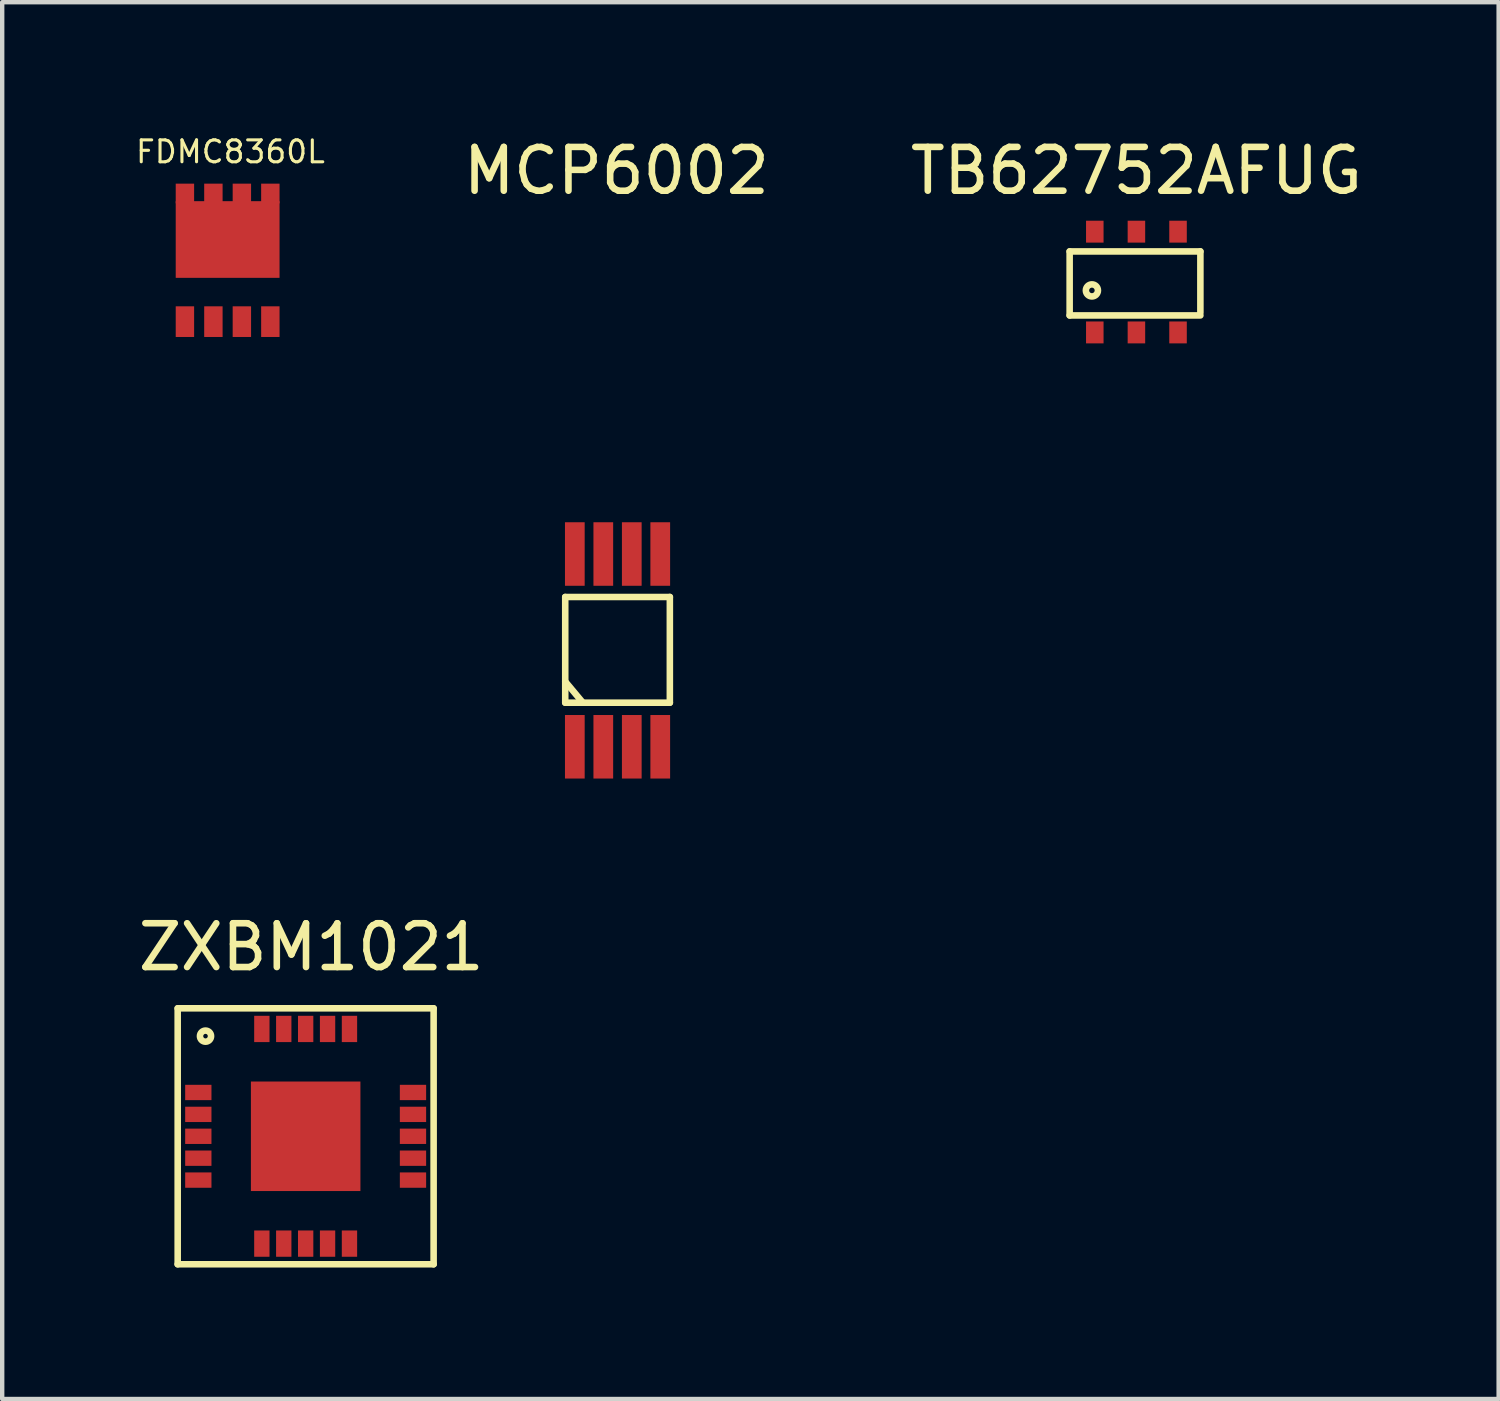
<source format=kicad_pcb>
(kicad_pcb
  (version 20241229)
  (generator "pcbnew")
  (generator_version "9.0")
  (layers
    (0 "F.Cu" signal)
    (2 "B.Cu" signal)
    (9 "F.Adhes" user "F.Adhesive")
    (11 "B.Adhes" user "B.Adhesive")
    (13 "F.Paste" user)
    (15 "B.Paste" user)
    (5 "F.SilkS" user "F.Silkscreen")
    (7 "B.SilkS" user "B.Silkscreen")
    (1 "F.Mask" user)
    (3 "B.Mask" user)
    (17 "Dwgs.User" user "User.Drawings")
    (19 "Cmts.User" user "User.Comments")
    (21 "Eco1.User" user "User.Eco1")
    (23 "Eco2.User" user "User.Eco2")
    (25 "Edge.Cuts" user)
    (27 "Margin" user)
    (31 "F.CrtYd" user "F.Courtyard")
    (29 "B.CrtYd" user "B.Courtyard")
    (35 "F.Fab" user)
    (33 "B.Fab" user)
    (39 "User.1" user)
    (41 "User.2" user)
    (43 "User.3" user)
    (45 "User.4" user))
  (footprint "FDMC8360L"
    (layer "F.Cu")
    (at 2.146 2.892)
    (property "Reference" "FDMC8360L" (at 0.064 -2.477 0) (layer "F.SilkS") (effects (font (size 0.5 0.5) (thickness 0.07))))
    (attr through_hole)
    (pad "1" smd rect (at -0.975 1.4) (size 0.42 0.7) (layers "F.Cu" "F.Mask" "F.Paste"))
    (pad "2" smd rect (at -0.325 1.4) (size 0.42 0.7) (layers "F.Cu" "F.Mask" "F.Paste"))
    (pad "3" smd rect (at 0.325 1.4) (size 0.42 0.7) (layers "F.Cu" "F.Mask" "F.Paste"))
    (pad "4" smd rect (at 0.975 1.4) (size 0.42 0.7) (layers "F.Cu" "F.Mask" "F.Paste"))
    (pad "5" smd rect (at 0.975 -1.525) (size 0.42 0.45) (layers "F.Cu" "F.Mask" "F.Paste"))
    (pad "6" smd rect (at 0.325 -1.525) (size 0.42 0.45) (layers "F.Cu" "F.Mask" "F.Paste"))
    (pad "7" smd rect (at -0.325 -1.525) (size 0.42 0.45) (layers "F.Cu" "F.Mask" "F.Paste"))
    (pad "8" smd rect (at -0.975 -1.525) (size 0.42 0.45) (layers "F.Cu" "F.Mask" "F.Paste"))
    (pad "D" smd rect (at 0 -0.475) (size 2.37 1.75) (layers "F.Cu" "F.Mask" "F.Paste")))
  (footprint "ZXBM1021"
    (layer "F.Cu")
    (at 3.927 22.887)
    (property "Reference" "ZXBM1021" (at 0.127 -4.318 0) (layer "F.SilkS") (effects (font (size 1 1) (thickness 0.15))))
    (attr through_hole)
    (fp_line (start -2.921 -2.921) (end -2.921 2.921) (stroke (width 0.15) (type solid)) (layer "F.SilkS"))
    (fp_line (start -2.921 2.921) (end 2.921 2.921) (stroke (width 0.15) (type solid)) (layer "F.SilkS"))
    (fp_line (start 2.921 -2.921) (end -2.921 -2.921) (stroke (width 0.15) (type solid)) (layer "F.SilkS"))
    (fp_line (start 2.921 2.921) (end 2.921 -2.921) (stroke (width 0.15) (type solid)) (layer "F.SilkS"))
    (fp_circle (center -2.286 -2.286) (end -2.159 -2.286) (stroke (width 0.15) (type solid)) (fill no) (layer "F.SilkS"))
    (pad "" smd rect (at 0 0) (size 2.5 2.5) (layers "F.Cu" "F.Mask" "F.Paste"))
    (pad "1" smd rect (at -2.45 -1) (size 0.6 0.35) (layers "F.Cu" "F.Mask" "F.Paste"))
    (pad "2" smd rect (at -2.45 -0.5) (size 0.6 0.35) (layers "F.Cu" "F.Mask" "F.Paste"))
    (pad "3" smd rect (at -2.45 0) (size 0.6 0.35) (layers "F.Cu" "F.Mask" "F.Paste"))
    (pad "4" smd rect (at -2.45 0.5) (size 0.6 0.35) (layers "F.Cu" "F.Mask" "F.Paste"))
    (pad "5" smd rect (at -2.45 1) (size 0.6 0.35) (layers "F.Cu" "F.Mask" "F.Paste"))
    (pad "6" smd rect (at -1 2.45) (size 0.35 0.6) (layers "F.Cu" "F.Mask" "F.Paste"))
    (pad "7" smd rect (at -0.5 2.45) (size 0.35 0.6) (layers "F.Cu" "F.Mask" "F.Paste"))
    (pad "8" smd rect (at 0 2.45) (size 0.35 0.6) (layers "F.Cu" "F.Mask" "F.Paste"))
    (pad "9" smd rect (at 0.5 2.45) (size 0.35 0.6) (layers "F.Cu" "F.Mask" "F.Paste"))
    (pad "10" smd rect (at 1 2.45) (size 0.35 0.6) (layers "F.Cu" "F.Mask" "F.Paste"))
    (pad "11" smd rect (at 2.45 1) (size 0.6 0.35) (layers "F.Cu" "F.Mask" "F.Paste"))
    (pad "12" smd rect (at 2.45 0.5) (size 0.6 0.35) (layers "F.Cu" "F.Mask" "F.Paste"))
    (pad "13" smd rect (at 2.45 0) (size 0.6 0.35) (layers "F.Cu" "F.Mask" "F.Paste"))
    (pad "14" smd rect (at 2.45 -0.5) (size 0.6 0.35) (layers "F.Cu" "F.Mask" "F.Paste"))
    (pad "15" smd rect (at 2.45 -1) (size 0.6 0.35) (layers "F.Cu" "F.Mask" "F.Paste"))
    (pad "16" smd rect (at 1 -2.45) (size 0.35 0.6) (layers "F.Cu" "F.Mask" "F.Paste"))
    (pad "17" smd rect (at 0.5 -2.45) (size 0.35 0.6) (layers "F.Cu" "F.Mask" "F.Paste"))
    (pad "18" smd rect (at 0 -2.45) (size 0.35 0.6) (layers "F.Cu" "F.Mask" "F.Paste"))
    (pad "19" smd rect (at -0.5 -2.45) (size 0.35 0.6) (layers "F.Cu" "F.Mask" "F.Paste"))
    (pad "20" smd rect (at -1 -2.45) (size 0.35 0.6) (layers "F.Cu" "F.Mask" "F.Paste")))
  (footprint "MCP6002"
    (layer "F.Cu")
    (at 11.046 11.796)
    (property "Reference" "MCP6002" (at -0.025 -10.947 0) (layer "F.SilkS") (effects (font (size 1 1) (thickness 0.15))))
    (attr through_hole)
    (fp_line (start -1.194 -1.219) (end -1.194 1.194) (stroke (width 0.15) (type solid)) (layer "F.SilkS"))
    (fp_line (start -1.194 0.711) (end -0.813 1.168) (stroke (width 0.15) (type solid)) (layer "F.SilkS"))
    (fp_line (start -1.194 1.194) (end 1.194 1.194) (stroke (width 0.15) (type solid)) (layer "F.SilkS"))
    (fp_line (start 1.194 -1.219) (end -1.194 -1.219) (stroke (width 0.15) (type solid)) (layer "F.SilkS"))
    (fp_line (start 1.194 1.194) (end 1.194 -1.219) (stroke (width 0.15) (type solid)) (layer "F.SilkS"))
    (pad "1" smd rect (at -0.975 2.2) (size 0.45 1.45) (layers "F.Cu" "F.Mask" "F.Paste"))
    (pad "2" smd rect (at -0.325 2.2) (size 0.45 1.45) (layers "F.Cu" "F.Mask" "F.Paste"))
    (pad "3" smd rect (at 0.325 2.2) (size 0.45 1.45) (layers "F.Cu" "F.Mask" "F.Paste"))
    (pad "4" smd rect (at 0.975 2.2) (size 0.45 1.45) (layers "F.Cu" "F.Mask" "F.Paste"))
    (pad "5" smd rect (at 0.975 -2.2) (size 0.45 1.45) (layers "F.Cu" "F.Mask" "F.Paste"))
    (pad "6" smd rect (at 0.325 -2.2) (size 0.45 1.45) (layers "F.Cu" "F.Mask" "F.Paste"))
    (pad "7" smd rect (at -0.325 -2.2) (size 0.45 1.45) (layers "F.Cu" "F.Mask" "F.Paste"))
    (pad "8" smd rect (at -0.975 -2.2) (size 0.45 1.45) (layers "F.Cu" "F.Mask" "F.Paste")))
  (footprint "TB62752AFUG"
    (layer "F.Cu")
    (at 22.89 3.388)
    (property "Reference" "TB62752AFUG" (at 0 -2.54 0) (layer "F.SilkS") (effects (font (size 1 1) (thickness 0.15))))
    (attr through_hole)
    (fp_line (start -1.524 -0.699) (end 1.46 -0.699) (stroke (width 0.15) (type solid)) (layer "F.SilkS"))
    (fp_line (start -1.524 0.762) (end -1.524 -0.699) (stroke (width 0.15) (type solid)) (layer "F.SilkS"))
    (fp_line (start 1.46 -0.699) (end 1.46 0.699) (stroke (width 0.15) (type solid)) (layer "F.SilkS"))
    (fp_line (start 1.46 0.762) (end -1.524 0.762) (stroke (width 0.15) (type solid)) (layer "F.SilkS"))
    (fp_circle (center -1.016 0.191) (end -1.016 0.254) (stroke (width 0.15) (type solid)) (fill no) (layer "F.SilkS"))
    (pad "1" smd rect (at -0.95 1.15) (size 0.4 0.5) (layers "F.Cu" "F.Mask" "F.Paste"))
    (pad "2" smd rect (at 0 1.15) (size 0.4 0.5) (layers "F.Cu" "F.Mask" "F.Paste"))
    (pad "3" smd rect (at 0.95 1.15) (size 0.4 0.5) (layers "F.Cu" "F.Mask" "F.Paste"))
    (pad "4" smd rect (at 0.95 -1.15) (size 0.4 0.5) (layers "F.Cu" "F.Mask" "F.Paste"))
    (pad "5" smd rect (at 0 -1.15) (size 0.4 0.5) (layers "F.Cu" "F.Mask" "F.Paste"))
    (pad "6" smd rect (at -0.95 -1.15) (size 0.4 0.5) (layers "F.Cu" "F.Mask" "F.Paste")))
  (gr_rect
    (start -3 -3)
    (end 31.158 28.883)
    (stroke (width 0.1) (type default))
    (fill no)
    (layer "Edge.Cuts")))
</source>
